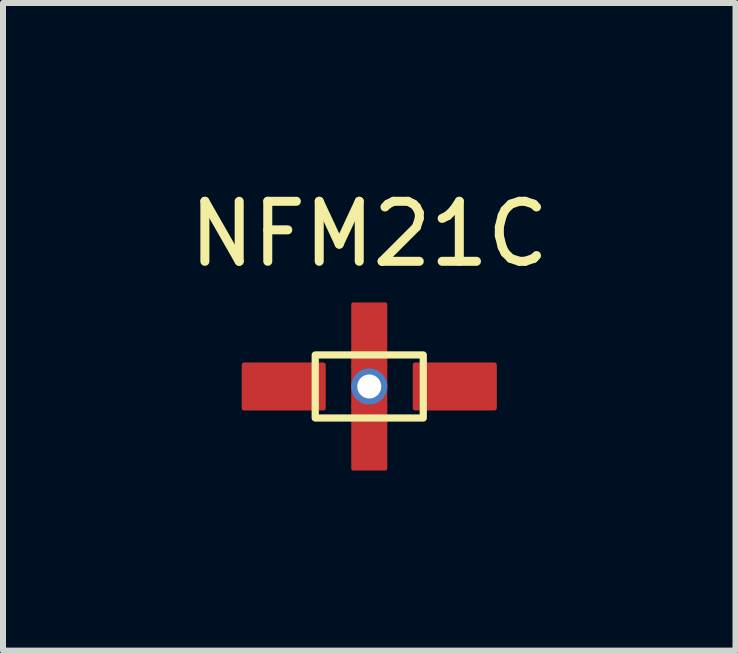
<source format=kicad_pcb>
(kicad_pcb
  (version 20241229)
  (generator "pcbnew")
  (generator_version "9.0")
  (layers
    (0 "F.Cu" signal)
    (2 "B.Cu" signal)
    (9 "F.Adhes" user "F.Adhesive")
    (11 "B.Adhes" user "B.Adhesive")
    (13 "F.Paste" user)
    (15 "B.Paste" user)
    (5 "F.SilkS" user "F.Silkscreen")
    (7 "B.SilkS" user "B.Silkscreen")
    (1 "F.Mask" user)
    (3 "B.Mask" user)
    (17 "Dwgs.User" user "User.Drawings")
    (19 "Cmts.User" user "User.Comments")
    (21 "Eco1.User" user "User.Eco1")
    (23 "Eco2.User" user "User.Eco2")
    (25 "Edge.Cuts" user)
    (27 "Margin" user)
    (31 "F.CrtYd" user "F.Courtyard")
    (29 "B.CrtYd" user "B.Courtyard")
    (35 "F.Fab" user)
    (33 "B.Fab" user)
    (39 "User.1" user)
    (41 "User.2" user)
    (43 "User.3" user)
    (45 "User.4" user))
  (footprint "NFM21C"
    (layer "F.Cu")
    (at 3.101 3.388)
    (property "Reference" "NFM21C" (at 0 -2.54 0) (unlocked yes) (layer "F.SilkS") (effects (font (size 1 1) (thickness 0.15))))
    (attr smd)
    (fp_rect (start -0.9 0.525) (end 0.9 -0.525) (stroke (width 0.12) (type solid)) (fill no) (layer "F.SilkS"))
    (pad "1" smd roundrect (at -1.425 0) (size 1.4 0.8) (layers "F.Cu" "F.Mask" "F.Paste") (roundrect_rratio 0.05))
    (pad "2" smd roundrect (at 0 -0.85) (size 0.6 1.1) (layers "F.Cu" "F.Mask" "F.Paste") (roundrect_rratio 0.05))
    (pad "2" thru_hole circle (at 0 0) (size 0.6 0.6) (drill 0.4) (layers "*.Cu"))
    (pad "2" smd rect (at 0 0) (size 0.6 0.7) (layers "F.Cu"))
    (pad "2" smd roundrect (at 0 0.85) (size 0.6 1.1) (layers "F.Cu" "F.Mask" "F.Paste") (roundrect_rratio 0.05))
    (pad "3" smd roundrect (at 1.425 0) (size 1.4 0.8) (layers "F.Cu" "F.Mask" "F.Paste") (roundrect_rratio 0.05)))
  (gr_rect
    (start -3 -3)
    (end 9.202 7.788)
    (stroke (width 0.1) (type default))
    (fill no)
    (layer "Edge.Cuts")))
</source>
